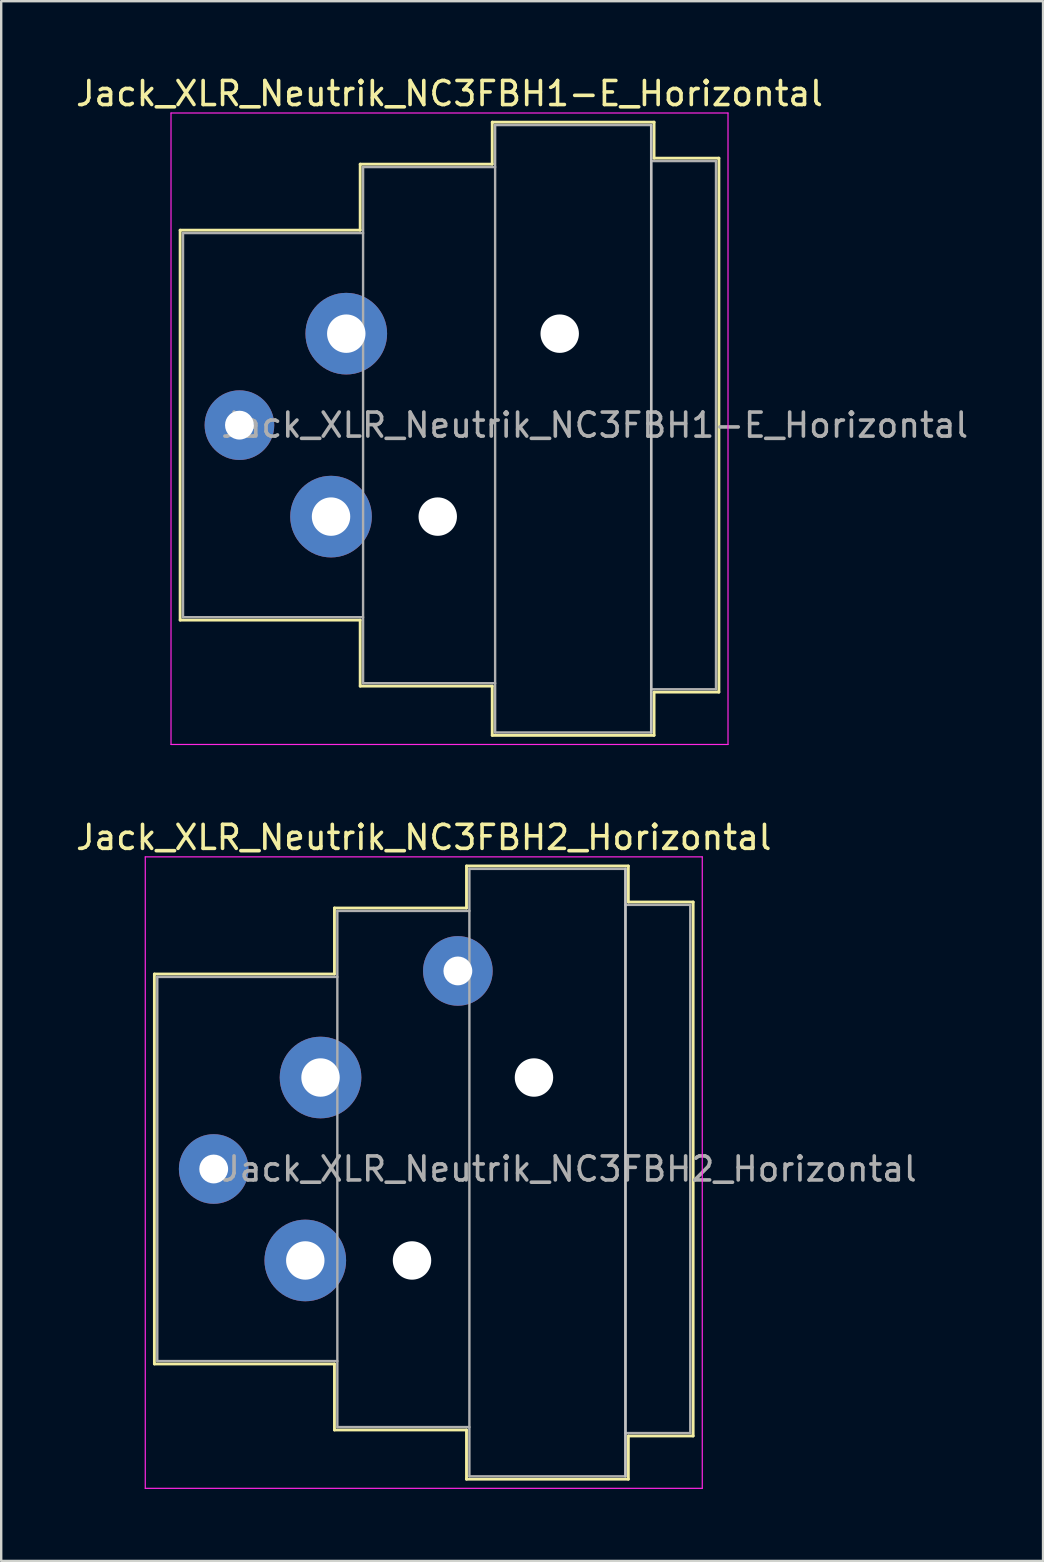
<source format=kicad_pcb>
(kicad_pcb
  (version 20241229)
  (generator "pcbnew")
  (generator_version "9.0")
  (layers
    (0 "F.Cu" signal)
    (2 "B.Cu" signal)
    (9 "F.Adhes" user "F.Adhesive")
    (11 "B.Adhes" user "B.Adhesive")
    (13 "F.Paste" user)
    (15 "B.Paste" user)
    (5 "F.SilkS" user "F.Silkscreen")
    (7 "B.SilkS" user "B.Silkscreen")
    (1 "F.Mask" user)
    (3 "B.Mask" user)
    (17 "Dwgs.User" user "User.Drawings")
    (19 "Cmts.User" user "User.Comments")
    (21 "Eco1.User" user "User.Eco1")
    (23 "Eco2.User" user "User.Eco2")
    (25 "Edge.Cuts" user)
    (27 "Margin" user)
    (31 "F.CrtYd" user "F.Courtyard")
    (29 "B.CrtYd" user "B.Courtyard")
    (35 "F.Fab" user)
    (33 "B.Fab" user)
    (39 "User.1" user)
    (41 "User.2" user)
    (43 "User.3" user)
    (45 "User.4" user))
  (footprint "Jack_XLR_Neutrik_NC3FBH1-E_Horizontal"
    (layer "F.Cu")
    (at 11.373 10.848)
    (property "Reference" "Jack_XLR_Neutrik_NC3FBH1-E_Horizontal" (at 4.3 -10 0) (layer "F.SilkS") (effects (font (size 1 1) (thickness 0.15))))
    (attr through_hole)
    (fp_line (start -6.92 -4.31) (end -6.92 11.93) (stroke (width 0.12) (type solid)) (layer "F.SilkS"))
    (fp_line (start 0.58 -7.06) (end 0.58 -4.31) (stroke (width 0.12) (type solid)) (layer "F.SilkS"))
    (fp_line (start 0.58 -4.31) (end -6.92 -4.31) (stroke (width 0.12) (type solid)) (layer "F.SilkS"))
    (fp_line (start 0.58 11.93) (end -6.92 11.93) (stroke (width 0.12) (type solid)) (layer "F.SilkS"))
    (fp_line (start 0.58 11.93) (end 0.58 14.68) (stroke (width 0.12) (type solid)) (layer "F.SilkS"))
    (fp_line (start 6.08 -7.06) (end 0.58 -7.06) (stroke (width 0.12) (type solid)) (layer "F.SilkS"))
    (fp_line (start 6.08 -7.06) (end 6.08 -8.81) (stroke (width 0.12) (type solid)) (layer "F.SilkS"))
    (fp_line (start 6.08 14.68) (end 0.58 14.68) (stroke (width 0.12) (type solid)) (layer "F.SilkS"))
    (fp_line (start 6.08 16.73) (end 6.08 14.68) (stroke (width 0.12) (type solid)) (layer "F.SilkS"))
    (fp_line (start 12.82 -8.81) (end 6.08 -8.81) (stroke (width 0.12) (type solid)) (layer "F.SilkS"))
    (fp_line (start 12.82 -8.81) (end 12.82 -7.31) (stroke (width 0.12) (type solid)) (layer "F.SilkS"))
    (fp_line (start 12.82 -7.31) (end 15.52 -7.31) (stroke (width 0.12) (type solid)) (layer "F.SilkS"))
    (fp_line (start 12.82 14.93) (end 12.82 16.73) (stroke (width 0.12) (type solid)) (layer "F.SilkS"))
    (fp_line (start 12.82 14.93) (end 15.52 14.93) (stroke (width 0.12) (type solid)) (layer "F.SilkS"))
    (fp_line (start 12.82 16.73) (end 6.08 16.73) (stroke (width 0.12) (type solid)) (layer "F.SilkS"))
    (fp_line (start 15.52 -7.31) (end 15.52 14.93) (stroke (width 0.12) (type solid)) (layer "F.SilkS"))
    (fp_line (start 12.7 -8.69) (end 12.7 16.61) (stroke (width 0.1) (type solid)) (layer "Dwgs.User"))
    (fp_line (start -7.3 -9.19) (end -7.3 17.11) (stroke (width 0.05) (type solid)) (layer "F.CrtYd"))
    (fp_line (start 15.9 -9.19) (end -7.3 -9.19) (stroke (width 0.05) (type solid)) (layer "F.CrtYd"))
    (fp_line (start 15.9 -9.19) (end 15.9 17.11) (stroke (width 0.05) (type solid)) (layer "F.CrtYd"))
    (fp_line (start 15.9 17.11) (end -7.3 17.11) (stroke (width 0.05) (type solid)) (layer "F.CrtYd"))
    (fp_line (start -6.8 -4.19) (end -6.8 11.81) (stroke (width 0.1) (type solid)) (layer "F.Fab"))
    (fp_line (start -6.8 11.81) (end 0.7 11.81) (stroke (width 0.1) (type solid)) (layer "F.Fab"))
    (fp_line (start 0.7 -6.94) (end 0.7 14.56) (stroke (width 0.1) (type solid)) (layer "F.Fab"))
    (fp_line (start 0.7 -4.19) (end -6.8 -4.19) (stroke (width 0.1) (type solid)) (layer "F.Fab"))
    (fp_line (start 0.7 14.56) (end 6.2 14.56) (stroke (width 0.1) (type solid)) (layer "F.Fab"))
    (fp_line (start 6.2 -8.69) (end 12.7 -8.69) (stroke (width 0.1) (type solid)) (layer "F.Fab"))
    (fp_line (start 6.2 -6.94) (end 0.7 -6.94) (stroke (width 0.1) (type solid)) (layer "F.Fab"))
    (fp_line (start 6.2 16.61) (end 6.2 -8.69) (stroke (width 0.1) (type solid)) (layer "F.Fab"))
    (fp_line (start 12.7 -8.69) (end 12.7 16.61) (stroke (width 0.1) (type solid)) (layer "F.Fab"))
    (fp_line (start 12.7 -7.19) (end 15.4 -7.19) (stroke (width 0.1) (type solid)) (layer "F.Fab"))
    (fp_line (start 12.7 16.61) (end 6.2 16.61) (stroke (width 0.1) (type solid)) (layer "F.Fab"))
    (fp_line (start 15.4 -7.19) (end 15.4 14.81) (stroke (width 0.1) (type solid)) (layer "F.Fab"))
    (fp_line (start 15.4 14.81) (end 12.7 14.81) (stroke (width 0.1) (type solid)) (layer "F.Fab"))
    (fp_text user "${REFERENCE}" (at 10.35 3.81 0) (layer "F.Fab") (effects (font (size 1 1) (thickness 0.15))))
    (pad "" np_thru_hole circle (at 3.81 7.62) (size 1.6 1.6) (drill 1.6) (layers "*.Cu" "*.Mask"))
    (pad "" np_thru_hole circle (at 8.89 0) (size 1.6 1.6) (drill 1.6) (layers "*.Cu" "*.Mask"))
    (pad "1" thru_hole circle (at 0 0) (size 3.4 3.4) (drill 1.6) (layers "*.Cu" "*.Mask"))
    (pad "2" thru_hole circle (at -0.635 7.62) (size 3.4 3.4) (drill 1.6) (layers "*.Cu" "*.Mask"))
    (pad "3" thru_hole circle (at -4.45 3.81) (size 2.9 2.9) (drill 1.2) (layers "*.Cu" "*.Mask")))
  (footprint "Jack_XLR_Neutrik_NC3FBH2_Horizontal"
    (layer "F.Cu")
    (at 10.301 41.831)
    (property "Reference" "Jack_XLR_Neutrik_NC3FBH2_Horizontal" (at 4.3 -10 0) (layer "F.SilkS") (effects (font (size 1 1) (thickness 0.15))))
    (attr through_hole)
    (fp_line (start -6.92 -4.31) (end -6.92 11.93) (stroke (width 0.12) (type solid)) (layer "F.SilkS"))
    (fp_line (start 0.58 -7.06) (end 0.58 -4.31) (stroke (width 0.12) (type solid)) (layer "F.SilkS"))
    (fp_line (start 0.58 -4.31) (end -6.92 -4.31) (stroke (width 0.12) (type solid)) (layer "F.SilkS"))
    (fp_line (start 0.58 11.93) (end -6.92 11.93) (stroke (width 0.12) (type solid)) (layer "F.SilkS"))
    (fp_line (start 0.58 11.93) (end 0.58 14.68) (stroke (width 0.12) (type solid)) (layer "F.SilkS"))
    (fp_line (start 6.08 -7.06) (end 0.58 -7.06) (stroke (width 0.12) (type solid)) (layer "F.SilkS"))
    (fp_line (start 6.08 -7.06) (end 6.08 -8.81) (stroke (width 0.12) (type solid)) (layer "F.SilkS"))
    (fp_line (start 6.08 14.68) (end 0.58 14.68) (stroke (width 0.12) (type solid)) (layer "F.SilkS"))
    (fp_line (start 6.08 16.73) (end 6.08 14.68) (stroke (width 0.12) (type solid)) (layer "F.SilkS"))
    (fp_line (start 12.82 -8.81) (end 6.08 -8.81) (stroke (width 0.12) (type solid)) (layer "F.SilkS"))
    (fp_line (start 12.82 -8.81) (end 12.82 -7.31) (stroke (width 0.12) (type solid)) (layer "F.SilkS"))
    (fp_line (start 12.82 -7.31) (end 15.52 -7.31) (stroke (width 0.12) (type solid)) (layer "F.SilkS"))
    (fp_line (start 12.82 14.93) (end 12.82 16.73) (stroke (width 0.12) (type solid)) (layer "F.SilkS"))
    (fp_line (start 12.82 14.93) (end 15.52 14.93) (stroke (width 0.12) (type solid)) (layer "F.SilkS"))
    (fp_line (start 12.82 16.73) (end 6.08 16.73) (stroke (width 0.12) (type solid)) (layer "F.SilkS"))
    (fp_line (start 15.52 -7.31) (end 15.52 14.93) (stroke (width 0.12) (type solid)) (layer "F.SilkS"))
    (fp_line (start 12.7 -8.69) (end 12.7 16.61) (stroke (width 0.1) (type solid)) (layer "Dwgs.User"))
    (fp_line (start -7.3 -9.19) (end -7.3 17.11) (stroke (width 0.05) (type solid)) (layer "F.CrtYd"))
    (fp_line (start 15.9 -9.19) (end -7.3 -9.19) (stroke (width 0.05) (type solid)) (layer "F.CrtYd"))
    (fp_line (start 15.9 -9.19) (end 15.9 17.11) (stroke (width 0.05) (type solid)) (layer "F.CrtYd"))
    (fp_line (start 15.9 17.11) (end -7.3 17.11) (stroke (width 0.05) (type solid)) (layer "F.CrtYd"))
    (fp_line (start -6.8 -4.19) (end -6.8 11.81) (stroke (width 0.1) (type solid)) (layer "F.Fab"))
    (fp_line (start -6.8 11.81) (end 0.7 11.81) (stroke (width 0.1) (type solid)) (layer "F.Fab"))
    (fp_line (start 0.7 -6.94) (end 0.7 14.56) (stroke (width 0.1) (type solid)) (layer "F.Fab"))
    (fp_line (start 0.7 -4.19) (end -6.8 -4.19) (stroke (width 0.1) (type solid)) (layer "F.Fab"))
    (fp_line (start 0.7 14.56) (end 6.2 14.56) (stroke (width 0.1) (type solid)) (layer "F.Fab"))
    (fp_line (start 6.2 -8.69) (end 12.7 -8.69) (stroke (width 0.1) (type solid)) (layer "F.Fab"))
    (fp_line (start 6.2 -6.94) (end 0.7 -6.94) (stroke (width 0.1) (type solid)) (layer "F.Fab"))
    (fp_line (start 6.2 16.61) (end 6.2 -8.69) (stroke (width 0.1) (type solid)) (layer "F.Fab"))
    (fp_line (start 12.7 -8.69) (end 12.7 16.61) (stroke (width 0.1) (type solid)) (layer "F.Fab"))
    (fp_line (start 12.7 -7.19) (end 15.4 -7.19) (stroke (width 0.1) (type solid)) (layer "F.Fab"))
    (fp_line (start 12.7 16.61) (end 6.2 16.61) (stroke (width 0.1) (type solid)) (layer "F.Fab"))
    (fp_line (start 15.4 -7.19) (end 15.4 14.81) (stroke (width 0.1) (type solid)) (layer "F.Fab"))
    (fp_line (start 15.4 14.81) (end 12.7 14.81) (stroke (width 0.1) (type solid)) (layer "F.Fab"))
    (fp_text user "${REFERENCE}" (at 10.35 3.81 0) (layer "F.Fab") (effects (font (size 1 1) (thickness 0.15))))
    (pad "" np_thru_hole circle (at 3.81 7.62) (size 1.6 1.6) (drill 1.6) (layers "*.Cu" "*.Mask"))
    (pad "" np_thru_hole circle (at 8.89 0) (size 1.6 1.6) (drill 1.6) (layers "*.Cu" "*.Mask"))
    (pad "1" thru_hole circle (at 0 0) (size 3.4 3.4) (drill 1.6) (layers "*.Cu" "*.Mask"))
    (pad "2" thru_hole circle (at -0.635 7.62) (size 3.4 3.4) (drill 1.6) (layers "*.Cu" "*.Mask"))
    (pad "3" thru_hole circle (at -4.45 3.81) (size 2.9 2.9) (drill 1.2) (layers "*.Cu" "*.Mask"))
    (pad "G" thru_hole circle (at 5.72 -4.44) (size 2.9 2.9) (drill 1.2) (layers "*.Cu" "*.Mask")))
  (gr_rect
    (start -3 -3)
    (end 40.395 61.967)
    (stroke (width 0.1) (type default))
    (fill no)
    (layer "Edge.Cuts")))
</source>
